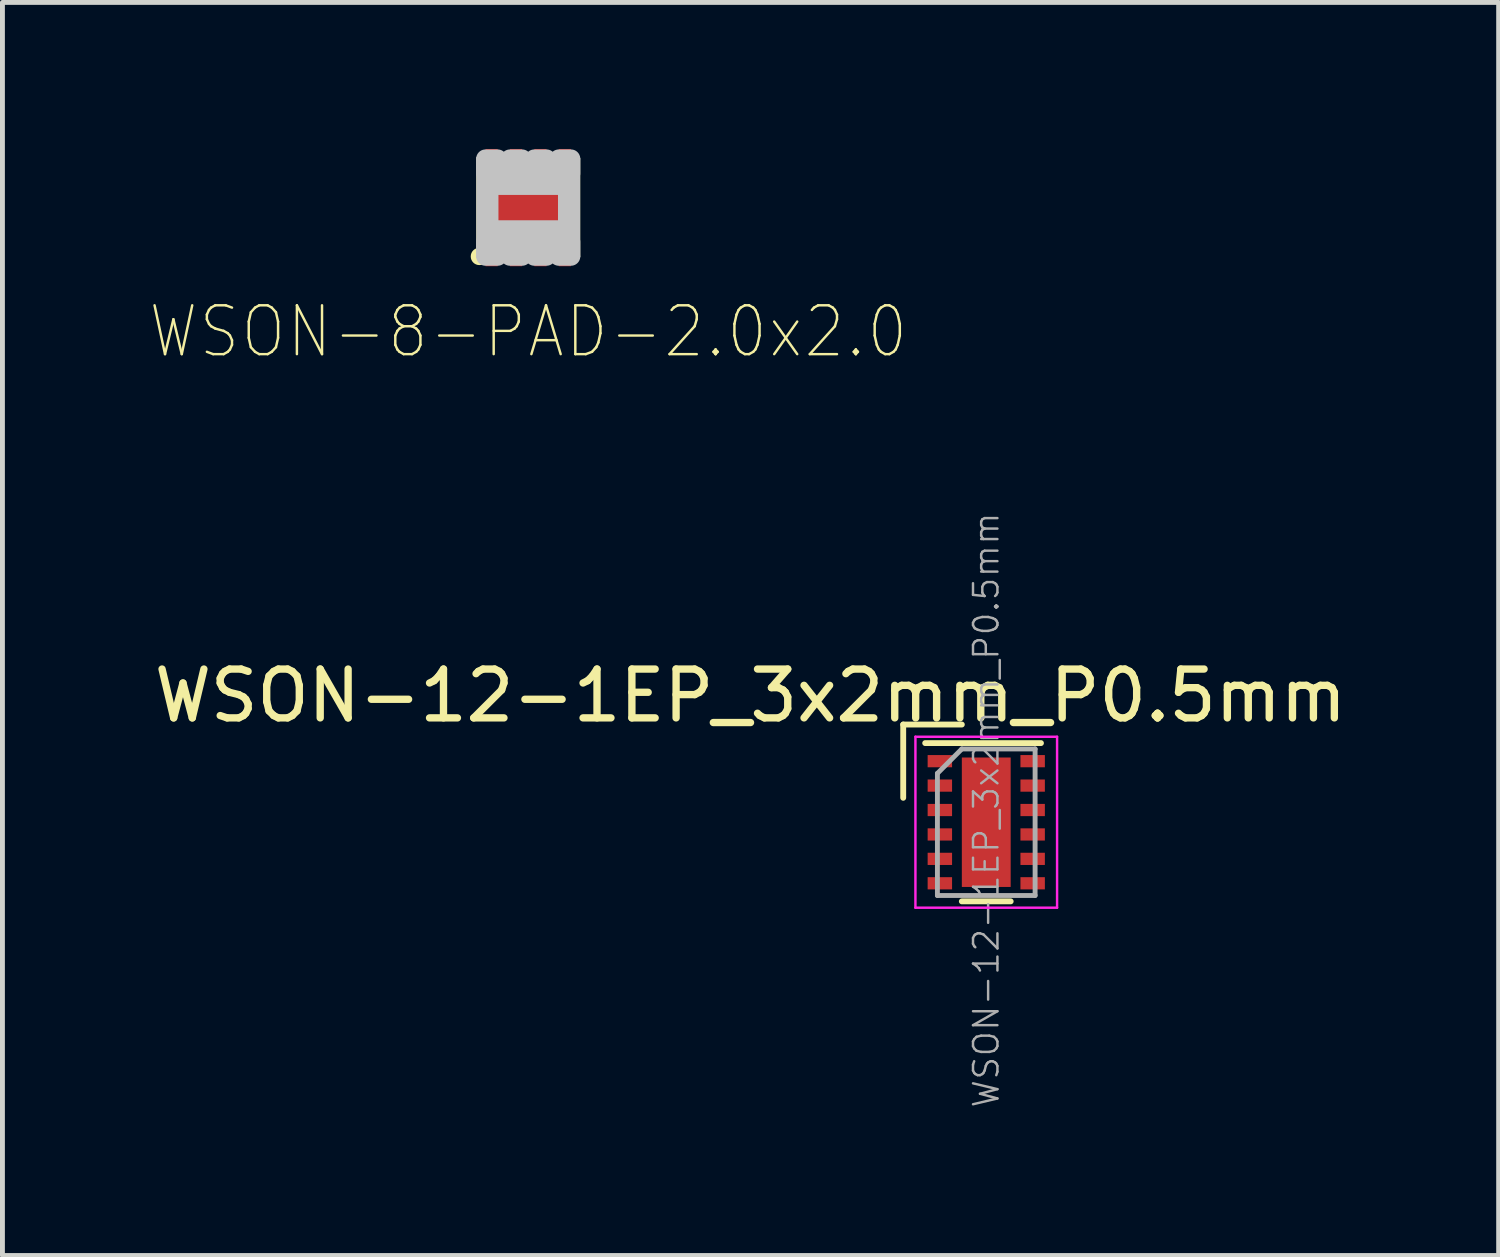
<source format=kicad_pcb>
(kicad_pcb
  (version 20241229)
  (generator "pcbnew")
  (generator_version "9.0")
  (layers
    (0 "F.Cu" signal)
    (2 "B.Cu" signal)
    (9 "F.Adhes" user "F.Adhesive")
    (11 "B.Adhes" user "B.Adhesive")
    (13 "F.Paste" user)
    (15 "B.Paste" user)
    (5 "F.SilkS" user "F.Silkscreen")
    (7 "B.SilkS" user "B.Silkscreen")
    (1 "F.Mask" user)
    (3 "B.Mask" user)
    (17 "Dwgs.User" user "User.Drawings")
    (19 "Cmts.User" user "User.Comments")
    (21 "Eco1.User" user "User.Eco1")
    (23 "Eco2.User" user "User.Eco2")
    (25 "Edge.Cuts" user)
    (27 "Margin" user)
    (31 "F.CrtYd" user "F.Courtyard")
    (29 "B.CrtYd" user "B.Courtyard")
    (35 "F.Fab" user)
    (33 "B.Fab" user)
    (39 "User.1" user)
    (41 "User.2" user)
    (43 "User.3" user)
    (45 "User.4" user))
  (footprint "WSON-8-PAD-2.0x2.0"
    (layer "F.Cu")
    (at 7.764 1.2)
    (property "Reference" "WSON-8-PAD-2.0x2.0" (at 0 2.54 0) (layer "F.SilkS") (effects (font (size 1 0.9) (thickness 0.05))))
    (attr smd)
    (fp_line (start -1 -1) (end -1 1) (stroke (width 0.127) (type solid)) (layer "F.SilkS"))
    (fp_line (start 1 -1) (end 1 1) (stroke (width 0.127) (type solid)) (layer "F.SilkS"))
    (fp_circle (center -1 1) (end -0.95 1) (stroke (width 0.127) (type solid)) (fill no) (layer "F.SilkS"))
    (fp_poly (pts (xy -0.65 -0.35) (xy 0.65 -0.35) (xy 0.65 0.35) (xy -0.65 0.35)) (stroke (width 0.381) (type solid)) (fill yes) (layer "F.Paste"))
    (fp_line (start -1 -1) (end 1 -1) (stroke (width 0.127) (type solid)) (layer "Dwgs.User"))
    (fp_line (start -1 1) (end -1 -1) (stroke (width 0.127) (type solid)) (layer "Dwgs.User"))
    (fp_line (start 1 -1) (end 1 1) (stroke (width 0.127) (type solid)) (layer "Dwgs.User"))
    (fp_line (start 1 1) (end -1 1) (stroke (width 0.127) (type solid)) (layer "Dwgs.User"))
    (fp_poly (pts (xy -0.875 0.7) (xy -0.625 0.7) (xy -0.625 1) (xy -0.875 1)) (stroke (width 0.381) (type solid)) (fill no) (layer "Dwgs.User"))
    (fp_poly (pts (xy -0.8 -0.45) (xy 0.8 -0.45) (xy 0.8 0.45) (xy -0.8 0.45)) (stroke (width 0.381) (type solid)) (fill no) (layer "Dwgs.User"))
    (fp_poly (pts (xy -0.625 -0.7) (xy -0.875 -0.7) (xy -0.875 -1) (xy -0.625 -1)) (stroke (width 0.381) (type solid)) (fill no) (layer "Dwgs.User"))
    (fp_poly (pts (xy -0.375 0.7) (xy -0.125 0.7) (xy -0.125 1) (xy -0.375 1)) (stroke (width 0.381) (type solid)) (fill no) (layer "Dwgs.User"))
    (fp_poly (pts (xy -0.125 -0.7) (xy -0.375 -0.7) (xy -0.375 -1) (xy -0.125 -1)) (stroke (width 0.381) (type solid)) (fill no) (layer "Dwgs.User"))
    (fp_poly (pts (xy 0.125 0.7) (xy 0.375 0.7) (xy 0.375 1) (xy 0.125 1)) (stroke (width 0.381) (type solid)) (fill no) (layer "Dwgs.User"))
    (fp_poly (pts (xy 0.375 -0.7) (xy 0.125 -0.7) (xy 0.125 -1) (xy 0.375 -1)) (stroke (width 0.381) (type solid)) (fill no) (layer "Dwgs.User"))
    (fp_poly (pts (xy 0.625 0.7) (xy 0.875 0.7) (xy 0.875 1) (xy 0.625 1)) (stroke (width 0.381) (type solid)) (fill no) (layer "Dwgs.User"))
    (fp_poly (pts (xy 0.875 -0.7) (xy 0.625 -0.7) (xy 0.625 -1) (xy 0.875 -1)) (stroke (width 0.381) (type solid)) (fill no) (layer "Dwgs.User"))
    (pad "1" smd rect (at -0.75 0.95) (size 0.25 0.5) (layers "F.Cu" "F.Mask" "F.Paste"))
    (pad "2" smd rect (at -0.25 0.95) (size 0.25 0.5) (layers "F.Cu" "F.Mask" "F.Paste"))
    (pad "3" smd rect (at 0.25 0.95) (size 0.25 0.5) (layers "F.Cu" "F.Mask" "F.Paste"))
    (pad "4" smd rect (at 0.75 0.95) (size 0.25 0.5) (layers "F.Cu" "F.Mask" "F.Paste"))
    (pad "5" smd rect (at 0.75 -0.95) (size 0.25 0.5) (layers "F.Cu" "F.Mask" "F.Paste"))
    (pad "6" smd rect (at 0.25 -0.95) (size 0.25 0.5) (layers "F.Cu" "F.Mask" "F.Paste"))
    (pad "7" smd rect (at -0.25 -0.95) (size 0.25 0.5) (layers "F.Cu" "F.Mask" "F.Paste"))
    (pad "8" smd rect (at -0.75 -0.95) (size 0.25 0.5) (layers "F.Cu" "F.Mask" "F.Paste"))
    (pad "9" smd rect (at 0 0) (size 1.6 0.9) (layers "F.Cu" "F.Mask" "F.Paste")))
  (footprint "WSON-12-1EP_3x2mm_P0.5mm"
    (layer "F.Cu")
    (at 17.141 13.783)
    (property "Reference" "WSON-12-1EP_3x2mm_P0.5mm" (at -4.826 -2.591 0) (layer "F.SilkS") (effects (font (size 1 1) (thickness 0.15))))
    (attr smd)
    (fp_line (start -1.7 -2) (end -0.5 -2) (stroke (width 0.12) (type solid)) (layer "F.SilkS"))
    (fp_line (start -1.7 -0.5) (end -1.7 -2) (stroke (width 0.12) (type solid)) (layer "F.SilkS"))
    (fp_line (start -1.25 -1.62) (end 1.12 -1.62) (stroke (width 0.12) (type solid)) (layer "F.SilkS"))
    (fp_line (start 0.5 1.62) (end -0.5 1.62) (stroke (width 0.12) (type solid)) (layer "F.SilkS"))
    (fp_line (start -1.45 -1.75) (end 1.45 -1.75) (stroke (width 0.05) (type solid)) (layer "F.CrtYd"))
    (fp_line (start -1.45 1.75) (end -1.45 -1.75) (stroke (width 0.05) (type solid)) (layer "F.CrtYd"))
    (fp_line (start 1.45 -1.75) (end 1.45 1.75) (stroke (width 0.05) (type solid)) (layer "F.CrtYd"))
    (fp_line (start 1.45 1.75) (end -1.45 1.75) (stroke (width 0.05) (type solid)) (layer "F.CrtYd"))
    (fp_line (start -1 -1) (end -0.5 -1.5) (stroke (width 0.1) (type solid)) (layer "F.Fab"))
    (fp_line (start -1 1.5) (end -1 -1) (stroke (width 0.1) (type solid)) (layer "F.Fab"))
    (fp_line (start -0.5 -1.5) (end 1 -1.5) (stroke (width 0.1) (type solid)) (layer "F.Fab"))
    (fp_line (start 1 -1.5) (end 1 1.5) (stroke (width 0.1) (type solid)) (layer "F.Fab"))
    (fp_line (start 1 1.5) (end -1 1.5) (stroke (width 0.1) (type solid)) (layer "F.Fab"))
    (fp_text user "${REFERENCE}" (at 0 -0.25 90) (layer "F.Fab") (effects (font (size 0.5 0.5) (thickness 0.05))))
    (pad "1" smd rect (at -0.95 -1.25) (size 0.5 0.25) (layers "F.Cu" "F.Mask" "F.Paste"))
    (pad "2" smd rect (at -0.95 -0.75) (size 0.5 0.25) (layers "F.Cu" "F.Mask" "F.Paste"))
    (pad "3" smd rect (at -0.95 -0.25) (size 0.5 0.25) (layers "F.Cu" "F.Mask" "F.Paste"))
    (pad "4" smd rect (at -0.95 0.25) (size 0.5 0.25) (layers "F.Cu" "F.Mask" "F.Paste"))
    (pad "5" smd rect (at -0.95 0.75) (size 0.5 0.25) (layers "F.Cu" "F.Mask" "F.Paste"))
    (pad "6" smd rect (at -0.95 1.25) (size 0.5 0.25) (layers "F.Cu" "F.Mask" "F.Paste"))
    (pad "7" smd rect (at 0.95 1.25) (size 0.5 0.25) (layers "F.Cu" "F.Mask" "F.Paste"))
    (pad "8" smd rect (at 0.95 0.75) (size 0.5 0.25) (layers "F.Cu" "F.Mask" "F.Paste"))
    (pad "9" smd rect (at 0.95 0.25) (size 0.5 0.25) (layers "F.Cu" "F.Mask" "F.Paste"))
    (pad "10" smd rect (at 0.95 -0.25) (size 0.5 0.25) (layers "F.Cu" "F.Mask" "F.Paste"))
    (pad "11" smd rect (at 0.95 -0.75) (size 0.5 0.25) (layers "F.Cu" "F.Mask" "F.Paste"))
    (pad "12" smd rect (at 0.95 -1.25) (size 0.5 0.25) (layers "F.Cu" "F.Mask" "F.Paste"))
    (pad "13" smd rect (at 0 0) (size 1 2.65) (layers "F.Cu" "F.Mask" "F.Paste")))
  (gr_rect
    (start -3 -3)
    (end 27.631 22.653)
    (stroke (width 0.1) (type default))
    (fill no)
    (layer "Edge.Cuts")))
</source>
